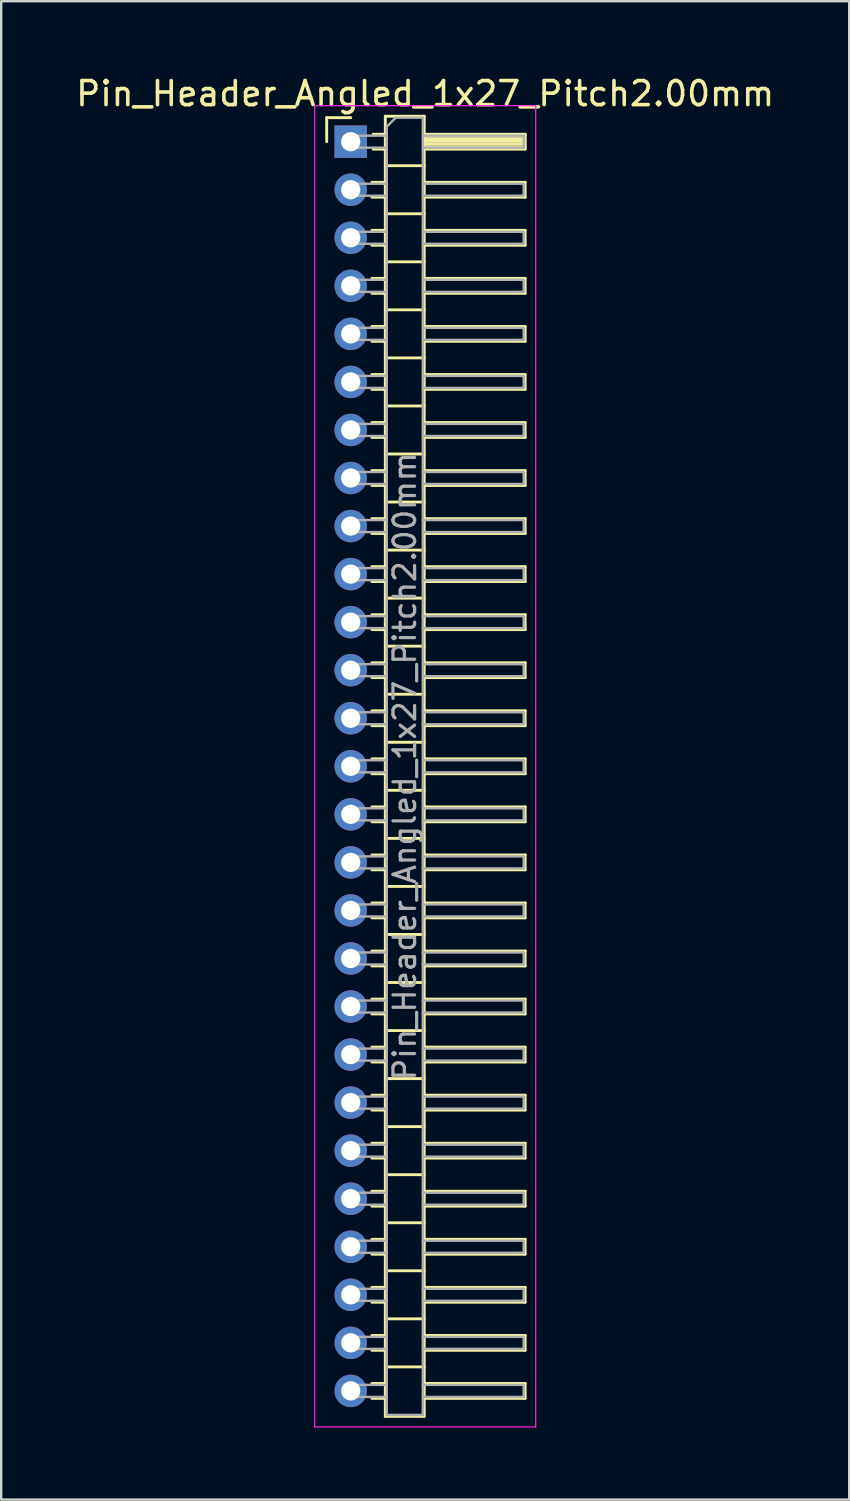
<source format=kicad_pcb>
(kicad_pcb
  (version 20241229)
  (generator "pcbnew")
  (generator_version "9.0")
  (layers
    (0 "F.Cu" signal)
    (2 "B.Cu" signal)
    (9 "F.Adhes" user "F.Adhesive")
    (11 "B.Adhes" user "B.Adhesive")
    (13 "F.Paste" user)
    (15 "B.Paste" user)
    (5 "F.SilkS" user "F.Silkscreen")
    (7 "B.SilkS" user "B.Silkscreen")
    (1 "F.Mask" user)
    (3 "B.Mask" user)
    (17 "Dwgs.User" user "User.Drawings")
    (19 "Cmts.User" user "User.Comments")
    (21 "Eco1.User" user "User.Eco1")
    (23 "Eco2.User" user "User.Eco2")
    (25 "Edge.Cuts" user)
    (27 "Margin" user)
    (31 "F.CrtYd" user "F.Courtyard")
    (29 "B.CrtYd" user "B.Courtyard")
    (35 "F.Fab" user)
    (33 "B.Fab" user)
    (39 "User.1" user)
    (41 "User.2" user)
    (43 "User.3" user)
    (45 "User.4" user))
  (footprint "Pin_Header_Angled_1x27_Pitch2.00mm"
    (layer "F.Cu")
    (at 11.549 2.848)
    (property "Reference" "Pin_Header_Angled_1x27_Pitch2.00mm" (at 3.1 -2 0) (layer "F.SilkS") (effects (font (size 1 1) (thickness 0.15))))
    (attr through_hole)
    (fp_line (start -1 -1) (end 0 -1) (stroke (width 0.12) (type solid)) (layer "F.SilkS"))
    (fp_line (start -1 0) (end -1 -1) (stroke (width 0.12) (type solid)) (layer "F.SilkS"))
    (fp_line (start 0.882 1.69) (end 1.44 1.69) (stroke (width 0.12) (type solid)) (layer "F.SilkS"))
    (fp_line (start 0.882 2.31) (end 1.44 2.31) (stroke (width 0.12) (type solid)) (layer "F.SilkS"))
    (fp_line (start 0.882 3.69) (end 1.44 3.69) (stroke (width 0.12) (type solid)) (layer "F.SilkS"))
    (fp_line (start 0.882 4.31) (end 1.44 4.31) (stroke (width 0.12) (type solid)) (layer "F.SilkS"))
    (fp_line (start 0.882 5.69) (end 1.44 5.69) (stroke (width 0.12) (type solid)) (layer "F.SilkS"))
    (fp_line (start 0.882 6.31) (end 1.44 6.31) (stroke (width 0.12) (type solid)) (layer "F.SilkS"))
    (fp_line (start 0.882 7.69) (end 1.44 7.69) (stroke (width 0.12) (type solid)) (layer "F.SilkS"))
    (fp_line (start 0.882 8.31) (end 1.44 8.31) (stroke (width 0.12) (type solid)) (layer "F.SilkS"))
    (fp_line (start 0.882 9.69) (end 1.44 9.69) (stroke (width 0.12) (type solid)) (layer "F.SilkS"))
    (fp_line (start 0.882 10.31) (end 1.44 10.31) (stroke (width 0.12) (type solid)) (layer "F.SilkS"))
    (fp_line (start 0.882 11.69) (end 1.44 11.69) (stroke (width 0.12) (type solid)) (layer "F.SilkS"))
    (fp_line (start 0.882 12.31) (end 1.44 12.31) (stroke (width 0.12) (type solid)) (layer "F.SilkS"))
    (fp_line (start 0.882 13.69) (end 1.44 13.69) (stroke (width 0.12) (type solid)) (layer "F.SilkS"))
    (fp_line (start 0.882 14.31) (end 1.44 14.31) (stroke (width 0.12) (type solid)) (layer "F.SilkS"))
    (fp_line (start 0.882 15.69) (end 1.44 15.69) (stroke (width 0.12) (type solid)) (layer "F.SilkS"))
    (fp_line (start 0.882 16.31) (end 1.44 16.31) (stroke (width 0.12) (type solid)) (layer "F.SilkS"))
    (fp_line (start 0.882 17.69) (end 1.44 17.69) (stroke (width 0.12) (type solid)) (layer "F.SilkS"))
    (fp_line (start 0.882 18.31) (end 1.44 18.31) (stroke (width 0.12) (type solid)) (layer "F.SilkS"))
    (fp_line (start 0.882 19.69) (end 1.44 19.69) (stroke (width 0.12) (type solid)) (layer "F.SilkS"))
    (fp_line (start 0.882 20.31) (end 1.44 20.31) (stroke (width 0.12) (type solid)) (layer "F.SilkS"))
    (fp_line (start 0.882 21.69) (end 1.44 21.69) (stroke (width 0.12) (type solid)) (layer "F.SilkS"))
    (fp_line (start 0.882 22.31) (end 1.44 22.31) (stroke (width 0.12) (type solid)) (layer "F.SilkS"))
    (fp_line (start 0.882 23.69) (end 1.44 23.69) (stroke (width 0.12) (type solid)) (layer "F.SilkS"))
    (fp_line (start 0.882 24.31) (end 1.44 24.31) (stroke (width 0.12) (type solid)) (layer "F.SilkS"))
    (fp_line (start 0.882 25.69) (end 1.44 25.69) (stroke (width 0.12) (type solid)) (layer "F.SilkS"))
    (fp_line (start 0.882 26.31) (end 1.44 26.31) (stroke (width 0.12) (type solid)) (layer "F.SilkS"))
    (fp_line (start 0.882 27.69) (end 1.44 27.69) (stroke (width 0.12) (type solid)) (layer "F.SilkS"))
    (fp_line (start 0.882 28.31) (end 1.44 28.31) (stroke (width 0.12) (type solid)) (layer "F.SilkS"))
    (fp_line (start 0.882 29.69) (end 1.44 29.69) (stroke (width 0.12) (type solid)) (layer "F.SilkS"))
    (fp_line (start 0.882 30.31) (end 1.44 30.31) (stroke (width 0.12) (type solid)) (layer "F.SilkS"))
    (fp_line (start 0.882 31.69) (end 1.44 31.69) (stroke (width 0.12) (type solid)) (layer "F.SilkS"))
    (fp_line (start 0.882 32.31) (end 1.44 32.31) (stroke (width 0.12) (type solid)) (layer "F.SilkS"))
    (fp_line (start 0.882 33.69) (end 1.44 33.69) (stroke (width 0.12) (type solid)) (layer "F.SilkS"))
    (fp_line (start 0.882 34.31) (end 1.44 34.31) (stroke (width 0.12) (type solid)) (layer "F.SilkS"))
    (fp_line (start 0.882 35.69) (end 1.44 35.69) (stroke (width 0.12) (type solid)) (layer "F.SilkS"))
    (fp_line (start 0.882 36.31) (end 1.44 36.31) (stroke (width 0.12) (type solid)) (layer "F.SilkS"))
    (fp_line (start 0.882 37.69) (end 1.44 37.69) (stroke (width 0.12) (type solid)) (layer "F.SilkS"))
    (fp_line (start 0.882 38.31) (end 1.44 38.31) (stroke (width 0.12) (type solid)) (layer "F.SilkS"))
    (fp_line (start 0.882 39.69) (end 1.44 39.69) (stroke (width 0.12) (type solid)) (layer "F.SilkS"))
    (fp_line (start 0.882 40.31) (end 1.44 40.31) (stroke (width 0.12) (type solid)) (layer "F.SilkS"))
    (fp_line (start 0.882 41.69) (end 1.44 41.69) (stroke (width 0.12) (type solid)) (layer "F.SilkS"))
    (fp_line (start 0.882 42.31) (end 1.44 42.31) (stroke (width 0.12) (type solid)) (layer "F.SilkS"))
    (fp_line (start 0.882 43.69) (end 1.44 43.69) (stroke (width 0.12) (type solid)) (layer "F.SilkS"))
    (fp_line (start 0.882 44.31) (end 1.44 44.31) (stroke (width 0.12) (type solid)) (layer "F.SilkS"))
    (fp_line (start 0.882 45.69) (end 1.44 45.69) (stroke (width 0.12) (type solid)) (layer "F.SilkS"))
    (fp_line (start 0.882 46.31) (end 1.44 46.31) (stroke (width 0.12) (type solid)) (layer "F.SilkS"))
    (fp_line (start 0.882 47.69) (end 1.44 47.69) (stroke (width 0.12) (type solid)) (layer "F.SilkS"))
    (fp_line (start 0.882 48.31) (end 1.44 48.31) (stroke (width 0.12) (type solid)) (layer "F.SilkS"))
    (fp_line (start 0.882 49.69) (end 1.44 49.69) (stroke (width 0.12) (type solid)) (layer "F.SilkS"))
    (fp_line (start 0.882 50.31) (end 1.44 50.31) (stroke (width 0.12) (type solid)) (layer "F.SilkS"))
    (fp_line (start 0.882 51.69) (end 1.44 51.69) (stroke (width 0.12) (type solid)) (layer "F.SilkS"))
    (fp_line (start 0.882 52.31) (end 1.44 52.31) (stroke (width 0.12) (type solid)) (layer "F.SilkS"))
    (fp_line (start 0.935 -0.31) (end 1.44 -0.31) (stroke (width 0.12) (type solid)) (layer "F.SilkS"))
    (fp_line (start 0.935 0.31) (end 1.44 0.31) (stroke (width 0.12) (type solid)) (layer "F.SilkS"))
    (fp_line (start 1.44 -1.06) (end 1.44 53.06) (stroke (width 0.12) (type solid)) (layer "F.SilkS"))
    (fp_line (start 1.44 1) (end 3.06 1) (stroke (width 0.12) (type solid)) (layer "F.SilkS"))
    (fp_line (start 1.44 3) (end 3.06 3) (stroke (width 0.12) (type solid)) (layer "F.SilkS"))
    (fp_line (start 1.44 5) (end 3.06 5) (stroke (width 0.12) (type solid)) (layer "F.SilkS"))
    (fp_line (start 1.44 7) (end 3.06 7) (stroke (width 0.12) (type solid)) (layer "F.SilkS"))
    (fp_line (start 1.44 9) (end 3.06 9) (stroke (width 0.12) (type solid)) (layer "F.SilkS"))
    (fp_line (start 1.44 11) (end 3.06 11) (stroke (width 0.12) (type solid)) (layer "F.SilkS"))
    (fp_line (start 1.44 13) (end 3.06 13) (stroke (width 0.12) (type solid)) (layer "F.SilkS"))
    (fp_line (start 1.44 15) (end 3.06 15) (stroke (width 0.12) (type solid)) (layer "F.SilkS"))
    (fp_line (start 1.44 17) (end 3.06 17) (stroke (width 0.12) (type solid)) (layer "F.SilkS"))
    (fp_line (start 1.44 19) (end 3.06 19) (stroke (width 0.12) (type solid)) (layer "F.SilkS"))
    (fp_line (start 1.44 21) (end 3.06 21) (stroke (width 0.12) (type solid)) (layer "F.SilkS"))
    (fp_line (start 1.44 23) (end 3.06 23) (stroke (width 0.12) (type solid)) (layer "F.SilkS"))
    (fp_line (start 1.44 25) (end 3.06 25) (stroke (width 0.12) (type solid)) (layer "F.SilkS"))
    (fp_line (start 1.44 27) (end 3.06 27) (stroke (width 0.12) (type solid)) (layer "F.SilkS"))
    (fp_line (start 1.44 29) (end 3.06 29) (stroke (width 0.12) (type solid)) (layer "F.SilkS"))
    (fp_line (start 1.44 31) (end 3.06 31) (stroke (width 0.12) (type solid)) (layer "F.SilkS"))
    (fp_line (start 1.44 33) (end 3.06 33) (stroke (width 0.12) (type solid)) (layer "F.SilkS"))
    (fp_line (start 1.44 35) (end 3.06 35) (stroke (width 0.12) (type solid)) (layer "F.SilkS"))
    (fp_line (start 1.44 37) (end 3.06 37) (stroke (width 0.12) (type solid)) (layer "F.SilkS"))
    (fp_line (start 1.44 39) (end 3.06 39) (stroke (width 0.12) (type solid)) (layer "F.SilkS"))
    (fp_line (start 1.44 41) (end 3.06 41) (stroke (width 0.12) (type solid)) (layer "F.SilkS"))
    (fp_line (start 1.44 43) (end 3.06 43) (stroke (width 0.12) (type solid)) (layer "F.SilkS"))
    (fp_line (start 1.44 45) (end 3.06 45) (stroke (width 0.12) (type solid)) (layer "F.SilkS"))
    (fp_line (start 1.44 47) (end 3.06 47) (stroke (width 0.12) (type solid)) (layer "F.SilkS"))
    (fp_line (start 1.44 49) (end 3.06 49) (stroke (width 0.12) (type solid)) (layer "F.SilkS"))
    (fp_line (start 1.44 51) (end 3.06 51) (stroke (width 0.12) (type solid)) (layer "F.SilkS"))
    (fp_line (start 1.44 53.06) (end 3.06 53.06) (stroke (width 0.12) (type solid)) (layer "F.SilkS"))
    (fp_line (start 3.06 -1.06) (end 1.44 -1.06) (stroke (width 0.12) (type solid)) (layer "F.SilkS"))
    (fp_line (start 3.06 -0.31) (end 7.26 -0.31) (stroke (width 0.12) (type solid)) (layer "F.SilkS"))
    (fp_line (start 3.06 -0.25) (end 7.26 -0.25) (stroke (width 0.12) (type solid)) (layer "F.SilkS"))
    (fp_line (start 3.06 -0.13) (end 7.26 -0.13) (stroke (width 0.12) (type solid)) (layer "F.SilkS"))
    (fp_line (start 3.06 -0.01) (end 7.26 -0.01) (stroke (width 0.12) (type solid)) (layer "F.SilkS"))
    (fp_line (start 3.06 0.11) (end 7.26 0.11) (stroke (width 0.12) (type solid)) (layer "F.SilkS"))
    (fp_line (start 3.06 0.23) (end 7.26 0.23) (stroke (width 0.12) (type solid)) (layer "F.SilkS"))
    (fp_line (start 3.06 1.69) (end 7.26 1.69) (stroke (width 0.12) (type solid)) (layer "F.SilkS"))
    (fp_line (start 3.06 3.69) (end 7.26 3.69) (stroke (width 0.12) (type solid)) (layer "F.SilkS"))
    (fp_line (start 3.06 5.69) (end 7.26 5.69) (stroke (width 0.12) (type solid)) (layer "F.SilkS"))
    (fp_line (start 3.06 7.69) (end 7.26 7.69) (stroke (width 0.12) (type solid)) (layer "F.SilkS"))
    (fp_line (start 3.06 9.69) (end 7.26 9.69) (stroke (width 0.12) (type solid)) (layer "F.SilkS"))
    (fp_line (start 3.06 11.69) (end 7.26 11.69) (stroke (width 0.12) (type solid)) (layer "F.SilkS"))
    (fp_line (start 3.06 13.69) (end 7.26 13.69) (stroke (width 0.12) (type solid)) (layer "F.SilkS"))
    (fp_line (start 3.06 15.69) (end 7.26 15.69) (stroke (width 0.12) (type solid)) (layer "F.SilkS"))
    (fp_line (start 3.06 17.69) (end 7.26 17.69) (stroke (width 0.12) (type solid)) (layer "F.SilkS"))
    (fp_line (start 3.06 19.69) (end 7.26 19.69) (stroke (width 0.12) (type solid)) (layer "F.SilkS"))
    (fp_line (start 3.06 21.69) (end 7.26 21.69) (stroke (width 0.12) (type solid)) (layer "F.SilkS"))
    (fp_line (start 3.06 23.69) (end 7.26 23.69) (stroke (width 0.12) (type solid)) (layer "F.SilkS"))
    (fp_line (start 3.06 25.69) (end 7.26 25.69) (stroke (width 0.12) (type solid)) (layer "F.SilkS"))
    (fp_line (start 3.06 27.69) (end 7.26 27.69) (stroke (width 0.12) (type solid)) (layer "F.SilkS"))
    (fp_line (start 3.06 29.69) (end 7.26 29.69) (stroke (width 0.12) (type solid)) (layer "F.SilkS"))
    (fp_line (start 3.06 31.69) (end 7.26 31.69) (stroke (width 0.12) (type solid)) (layer "F.SilkS"))
    (fp_line (start 3.06 33.69) (end 7.26 33.69) (stroke (width 0.12) (type solid)) (layer "F.SilkS"))
    (fp_line (start 3.06 35.69) (end 7.26 35.69) (stroke (width 0.12) (type solid)) (layer "F.SilkS"))
    (fp_line (start 3.06 37.69) (end 7.26 37.69) (stroke (width 0.12) (type solid)) (layer "F.SilkS"))
    (fp_line (start 3.06 39.69) (end 7.26 39.69) (stroke (width 0.12) (type solid)) (layer "F.SilkS"))
    (fp_line (start 3.06 41.69) (end 7.26 41.69) (stroke (width 0.12) (type solid)) (layer "F.SilkS"))
    (fp_line (start 3.06 43.69) (end 7.26 43.69) (stroke (width 0.12) (type solid)) (layer "F.SilkS"))
    (fp_line (start 3.06 45.69) (end 7.26 45.69) (stroke (width 0.12) (type solid)) (layer "F.SilkS"))
    (fp_line (start 3.06 47.69) (end 7.26 47.69) (stroke (width 0.12) (type solid)) (layer "F.SilkS"))
    (fp_line (start 3.06 49.69) (end 7.26 49.69) (stroke (width 0.12) (type solid)) (layer "F.SilkS"))
    (fp_line (start 3.06 51.69) (end 7.26 51.69) (stroke (width 0.12) (type solid)) (layer "F.SilkS"))
    (fp_line (start 3.06 53.06) (end 3.06 -1.06) (stroke (width 0.12) (type solid)) (layer "F.SilkS"))
    (fp_line (start 7.26 -0.31) (end 7.26 0.31) (stroke (width 0.12) (type solid)) (layer "F.SilkS"))
    (fp_line (start 7.26 0.31) (end 3.06 0.31) (stroke (width 0.12) (type solid)) (layer "F.SilkS"))
    (fp_line (start 7.26 1.69) (end 7.26 2.31) (stroke (width 0.12) (type solid)) (layer "F.SilkS"))
    (fp_line (start 7.26 2.31) (end 3.06 2.31) (stroke (width 0.12) (type solid)) (layer "F.SilkS"))
    (fp_line (start 7.26 3.69) (end 7.26 4.31) (stroke (width 0.12) (type solid)) (layer "F.SilkS"))
    (fp_line (start 7.26 4.31) (end 3.06 4.31) (stroke (width 0.12) (type solid)) (layer "F.SilkS"))
    (fp_line (start 7.26 5.69) (end 7.26 6.31) (stroke (width 0.12) (type solid)) (layer "F.SilkS"))
    (fp_line (start 7.26 6.31) (end 3.06 6.31) (stroke (width 0.12) (type solid)) (layer "F.SilkS"))
    (fp_line (start 7.26 7.69) (end 7.26 8.31) (stroke (width 0.12) (type solid)) (layer "F.SilkS"))
    (fp_line (start 7.26 8.31) (end 3.06 8.31) (stroke (width 0.12) (type solid)) (layer "F.SilkS"))
    (fp_line (start 7.26 9.69) (end 7.26 10.31) (stroke (width 0.12) (type solid)) (layer "F.SilkS"))
    (fp_line (start 7.26 10.31) (end 3.06 10.31) (stroke (width 0.12) (type solid)) (layer "F.SilkS"))
    (fp_line (start 7.26 11.69) (end 7.26 12.31) (stroke (width 0.12) (type solid)) (layer "F.SilkS"))
    (fp_line (start 7.26 12.31) (end 3.06 12.31) (stroke (width 0.12) (type solid)) (layer "F.SilkS"))
    (fp_line (start 7.26 13.69) (end 7.26 14.31) (stroke (width 0.12) (type solid)) (layer "F.SilkS"))
    (fp_line (start 7.26 14.31) (end 3.06 14.31) (stroke (width 0.12) (type solid)) (layer "F.SilkS"))
    (fp_line (start 7.26 15.69) (end 7.26 16.31) (stroke (width 0.12) (type solid)) (layer "F.SilkS"))
    (fp_line (start 7.26 16.31) (end 3.06 16.31) (stroke (width 0.12) (type solid)) (layer "F.SilkS"))
    (fp_line (start 7.26 17.69) (end 7.26 18.31) (stroke (width 0.12) (type solid)) (layer "F.SilkS"))
    (fp_line (start 7.26 18.31) (end 3.06 18.31) (stroke (width 0.12) (type solid)) (layer "F.SilkS"))
    (fp_line (start 7.26 19.69) (end 7.26 20.31) (stroke (width 0.12) (type solid)) (layer "F.SilkS"))
    (fp_line (start 7.26 20.31) (end 3.06 20.31) (stroke (width 0.12) (type solid)) (layer "F.SilkS"))
    (fp_line (start 7.26 21.69) (end 7.26 22.31) (stroke (width 0.12) (type solid)) (layer "F.SilkS"))
    (fp_line (start 7.26 22.31) (end 3.06 22.31) (stroke (width 0.12) (type solid)) (layer "F.SilkS"))
    (fp_line (start 7.26 23.69) (end 7.26 24.31) (stroke (width 0.12) (type solid)) (layer "F.SilkS"))
    (fp_line (start 7.26 24.31) (end 3.06 24.31) (stroke (width 0.12) (type solid)) (layer "F.SilkS"))
    (fp_line (start 7.26 25.69) (end 7.26 26.31) (stroke (width 0.12) (type solid)) (layer "F.SilkS"))
    (fp_line (start 7.26 26.31) (end 3.06 26.31) (stroke (width 0.12) (type solid)) (layer "F.SilkS"))
    (fp_line (start 7.26 27.69) (end 7.26 28.31) (stroke (width 0.12) (type solid)) (layer "F.SilkS"))
    (fp_line (start 7.26 28.31) (end 3.06 28.31) (stroke (width 0.12) (type solid)) (layer "F.SilkS"))
    (fp_line (start 7.26 29.69) (end 7.26 30.31) (stroke (width 0.12) (type solid)) (layer "F.SilkS"))
    (fp_line (start 7.26 30.31) (end 3.06 30.31) (stroke (width 0.12) (type solid)) (layer "F.SilkS"))
    (fp_line (start 7.26 31.69) (end 7.26 32.31) (stroke (width 0.12) (type solid)) (layer "F.SilkS"))
    (fp_line (start 7.26 32.31) (end 3.06 32.31) (stroke (width 0.12) (type solid)) (layer "F.SilkS"))
    (fp_line (start 7.26 33.69) (end 7.26 34.31) (stroke (width 0.12) (type solid)) (layer "F.SilkS"))
    (fp_line (start 7.26 34.31) (end 3.06 34.31) (stroke (width 0.12) (type solid)) (layer "F.SilkS"))
    (fp_line (start 7.26 35.69) (end 7.26 36.31) (stroke (width 0.12) (type solid)) (layer "F.SilkS"))
    (fp_line (start 7.26 36.31) (end 3.06 36.31) (stroke (width 0.12) (type solid)) (layer "F.SilkS"))
    (fp_line (start 7.26 37.69) (end 7.26 38.31) (stroke (width 0.12) (type solid)) (layer "F.SilkS"))
    (fp_line (start 7.26 38.31) (end 3.06 38.31) (stroke (width 0.12) (type solid)) (layer "F.SilkS"))
    (fp_line (start 7.26 39.69) (end 7.26 40.31) (stroke (width 0.12) (type solid)) (layer "F.SilkS"))
    (fp_line (start 7.26 40.31) (end 3.06 40.31) (stroke (width 0.12) (type solid)) (layer "F.SilkS"))
    (fp_line (start 7.26 41.69) (end 7.26 42.31) (stroke (width 0.12) (type solid)) (layer "F.SilkS"))
    (fp_line (start 7.26 42.31) (end 3.06 42.31) (stroke (width 0.12) (type solid)) (layer "F.SilkS"))
    (fp_line (start 7.26 43.69) (end 7.26 44.31) (stroke (width 0.12) (type solid)) (layer "F.SilkS"))
    (fp_line (start 7.26 44.31) (end 3.06 44.31) (stroke (width 0.12) (type solid)) (layer "F.SilkS"))
    (fp_line (start 7.26 45.69) (end 7.26 46.31) (stroke (width 0.12) (type solid)) (layer "F.SilkS"))
    (fp_line (start 7.26 46.31) (end 3.06 46.31) (stroke (width 0.12) (type solid)) (layer "F.SilkS"))
    (fp_line (start 7.26 47.69) (end 7.26 48.31) (stroke (width 0.12) (type solid)) (layer "F.SilkS"))
    (fp_line (start 7.26 48.31) (end 3.06 48.31) (stroke (width 0.12) (type solid)) (layer "F.SilkS"))
    (fp_line (start 7.26 49.69) (end 7.26 50.31) (stroke (width 0.12) (type solid)) (layer "F.SilkS"))
    (fp_line (start 7.26 50.31) (end 3.06 50.31) (stroke (width 0.12) (type solid)) (layer "F.SilkS"))
    (fp_line (start 7.26 51.69) (end 7.26 52.31) (stroke (width 0.12) (type solid)) (layer "F.SilkS"))
    (fp_line (start 7.26 52.31) (end 3.06 52.31) (stroke (width 0.12) (type solid)) (layer "F.SilkS"))
    (fp_line (start -1.5 -1.5) (end -1.5 53.5) (stroke (width 0.05) (type solid)) (layer "F.CrtYd"))
    (fp_line (start -1.5 53.5) (end 7.7 53.5) (stroke (width 0.05) (type solid)) (layer "F.CrtYd"))
    (fp_line (start 7.7 -1.5) (end -1.5 -1.5) (stroke (width 0.05) (type solid)) (layer "F.CrtYd"))
    (fp_line (start 7.7 53.5) (end 7.7 -1.5) (stroke (width 0.05) (type solid)) (layer "F.CrtYd"))
    (fp_line (start -0.25 -0.25) (end -0.25 0.25) (stroke (width 0.1) (type solid)) (layer "F.Fab"))
    (fp_line (start -0.25 -0.25) (end 1.5 -0.25) (stroke (width 0.1) (type solid)) (layer "F.Fab"))
    (fp_line (start -0.25 0.25) (end 1.5 0.25) (stroke (width 0.1) (type solid)) (layer "F.Fab"))
    (fp_line (start -0.25 1.75) (end -0.25 2.25) (stroke (width 0.1) (type solid)) (layer "F.Fab"))
    (fp_line (start -0.25 1.75) (end 1.5 1.75) (stroke (width 0.1) (type solid)) (layer "F.Fab"))
    (fp_line (start -0.25 2.25) (end 1.5 2.25) (stroke (width 0.1) (type solid)) (layer "F.Fab"))
    (fp_line (start -0.25 3.75) (end -0.25 4.25) (stroke (width 0.1) (type solid)) (layer "F.Fab"))
    (fp_line (start -0.25 3.75) (end 1.5 3.75) (stroke (width 0.1) (type solid)) (layer "F.Fab"))
    (fp_line (start -0.25 4.25) (end 1.5 4.25) (stroke (width 0.1) (type solid)) (layer "F.Fab"))
    (fp_line (start -0.25 5.75) (end -0.25 6.25) (stroke (width 0.1) (type solid)) (layer "F.Fab"))
    (fp_line (start -0.25 5.75) (end 1.5 5.75) (stroke (width 0.1) (type solid)) (layer "F.Fab"))
    (fp_line (start -0.25 6.25) (end 1.5 6.25) (stroke (width 0.1) (type solid)) (layer "F.Fab"))
    (fp_line (start -0.25 7.75) (end -0.25 8.25) (stroke (width 0.1) (type solid)) (layer "F.Fab"))
    (fp_line (start -0.25 7.75) (end 1.5 7.75) (stroke (width 0.1) (type solid)) (layer "F.Fab"))
    (fp_line (start -0.25 8.25) (end 1.5 8.25) (stroke (width 0.1) (type solid)) (layer "F.Fab"))
    (fp_line (start -0.25 9.75) (end -0.25 10.25) (stroke (width 0.1) (type solid)) (layer "F.Fab"))
    (fp_line (start -0.25 9.75) (end 1.5 9.75) (stroke (width 0.1) (type solid)) (layer "F.Fab"))
    (fp_line (start -0.25 10.25) (end 1.5 10.25) (stroke (width 0.1) (type solid)) (layer "F.Fab"))
    (fp_line (start -0.25 11.75) (end -0.25 12.25) (stroke (width 0.1) (type solid)) (layer "F.Fab"))
    (fp_line (start -0.25 11.75) (end 1.5 11.75) (stroke (width 0.1) (type solid)) (layer "F.Fab"))
    (fp_line (start -0.25 12.25) (end 1.5 12.25) (stroke (width 0.1) (type solid)) (layer "F.Fab"))
    (fp_line (start -0.25 13.75) (end -0.25 14.25) (stroke (width 0.1) (type solid)) (layer "F.Fab"))
    (fp_line (start -0.25 13.75) (end 1.5 13.75) (stroke (width 0.1) (type solid)) (layer "F.Fab"))
    (fp_line (start -0.25 14.25) (end 1.5 14.25) (stroke (width 0.1) (type solid)) (layer "F.Fab"))
    (fp_line (start -0.25 15.75) (end -0.25 16.25) (stroke (width 0.1) (type solid)) (layer "F.Fab"))
    (fp_line (start -0.25 15.75) (end 1.5 15.75) (stroke (width 0.1) (type solid)) (layer "F.Fab"))
    (fp_line (start -0.25 16.25) (end 1.5 16.25) (stroke (width 0.1) (type solid)) (layer "F.Fab"))
    (fp_line (start -0.25 17.75) (end -0.25 18.25) (stroke (width 0.1) (type solid)) (layer "F.Fab"))
    (fp_line (start -0.25 17.75) (end 1.5 17.75) (stroke (width 0.1) (type solid)) (layer "F.Fab"))
    (fp_line (start -0.25 18.25) (end 1.5 18.25) (stroke (width 0.1) (type solid)) (layer "F.Fab"))
    (fp_line (start -0.25 19.75) (end -0.25 20.25) (stroke (width 0.1) (type solid)) (layer "F.Fab"))
    (fp_line (start -0.25 19.75) (end 1.5 19.75) (stroke (width 0.1) (type solid)) (layer "F.Fab"))
    (fp_line (start -0.25 20.25) (end 1.5 20.25) (stroke (width 0.1) (type solid)) (layer "F.Fab"))
    (fp_line (start -0.25 21.75) (end -0.25 22.25) (stroke (width 0.1) (type solid)) (layer "F.Fab"))
    (fp_line (start -0.25 21.75) (end 1.5 21.75) (stroke (width 0.1) (type solid)) (layer "F.Fab"))
    (fp_line (start -0.25 22.25) (end 1.5 22.25) (stroke (width 0.1) (type solid)) (layer "F.Fab"))
    (fp_line (start -0.25 23.75) (end -0.25 24.25) (stroke (width 0.1) (type solid)) (layer "F.Fab"))
    (fp_line (start -0.25 23.75) (end 1.5 23.75) (stroke (width 0.1) (type solid)) (layer "F.Fab"))
    (fp_line (start -0.25 24.25) (end 1.5 24.25) (stroke (width 0.1) (type solid)) (layer "F.Fab"))
    (fp_line (start -0.25 25.75) (end -0.25 26.25) (stroke (width 0.1) (type solid)) (layer "F.Fab"))
    (fp_line (start -0.25 25.75) (end 1.5 25.75) (stroke (width 0.1) (type solid)) (layer "F.Fab"))
    (fp_line (start -0.25 26.25) (end 1.5 26.25) (stroke (width 0.1) (type solid)) (layer "F.Fab"))
    (fp_line (start -0.25 27.75) (end -0.25 28.25) (stroke (width 0.1) (type solid)) (layer "F.Fab"))
    (fp_line (start -0.25 27.75) (end 1.5 27.75) (stroke (width 0.1) (type solid)) (layer "F.Fab"))
    (fp_line (start -0.25 28.25) (end 1.5 28.25) (stroke (width 0.1) (type solid)) (layer "F.Fab"))
    (fp_line (start -0.25 29.75) (end -0.25 30.25) (stroke (width 0.1) (type solid)) (layer "F.Fab"))
    (fp_line (start -0.25 29.75) (end 1.5 29.75) (stroke (width 0.1) (type solid)) (layer "F.Fab"))
    (fp_line (start -0.25 30.25) (end 1.5 30.25) (stroke (width 0.1) (type solid)) (layer "F.Fab"))
    (fp_line (start -0.25 31.75) (end -0.25 32.25) (stroke (width 0.1) (type solid)) (layer "F.Fab"))
    (fp_line (start -0.25 31.75) (end 1.5 31.75) (stroke (width 0.1) (type solid)) (layer "F.Fab"))
    (fp_line (start -0.25 32.25) (end 1.5 32.25) (stroke (width 0.1) (type solid)) (layer "F.Fab"))
    (fp_line (start -0.25 33.75) (end -0.25 34.25) (stroke (width 0.1) (type solid)) (layer "F.Fab"))
    (fp_line (start -0.25 33.75) (end 1.5 33.75) (stroke (width 0.1) (type solid)) (layer "F.Fab"))
    (fp_line (start -0.25 34.25) (end 1.5 34.25) (stroke (width 0.1) (type solid)) (layer "F.Fab"))
    (fp_line (start -0.25 35.75) (end -0.25 36.25) (stroke (width 0.1) (type solid)) (layer "F.Fab"))
    (fp_line (start -0.25 35.75) (end 1.5 35.75) (stroke (width 0.1) (type solid)) (layer "F.Fab"))
    (fp_line (start -0.25 36.25) (end 1.5 36.25) (stroke (width 0.1) (type solid)) (layer "F.Fab"))
    (fp_line (start -0.25 37.75) (end -0.25 38.25) (stroke (width 0.1) (type solid)) (layer "F.Fab"))
    (fp_line (start -0.25 37.75) (end 1.5 37.75) (stroke (width 0.1) (type solid)) (layer "F.Fab"))
    (fp_line (start -0.25 38.25) (end 1.5 38.25) (stroke (width 0.1) (type solid)) (layer "F.Fab"))
    (fp_line (start -0.25 39.75) (end -0.25 40.25) (stroke (width 0.1) (type solid)) (layer "F.Fab"))
    (fp_line (start -0.25 39.75) (end 1.5 39.75) (stroke (width 0.1) (type solid)) (layer "F.Fab"))
    (fp_line (start -0.25 40.25) (end 1.5 40.25) (stroke (width 0.1) (type solid)) (layer "F.Fab"))
    (fp_line (start -0.25 41.75) (end -0.25 42.25) (stroke (width 0.1) (type solid)) (layer "F.Fab"))
    (fp_line (start -0.25 41.75) (end 1.5 41.75) (stroke (width 0.1) (type solid)) (layer "F.Fab"))
    (fp_line (start -0.25 42.25) (end 1.5 42.25) (stroke (width 0.1) (type solid)) (layer "F.Fab"))
    (fp_line (start -0.25 43.75) (end -0.25 44.25) (stroke (width 0.1) (type solid)) (layer "F.Fab"))
    (fp_line (start -0.25 43.75) (end 1.5 43.75) (stroke (width 0.1) (type solid)) (layer "F.Fab"))
    (fp_line (start -0.25 44.25) (end 1.5 44.25) (stroke (width 0.1) (type solid)) (layer "F.Fab"))
    (fp_line (start -0.25 45.75) (end -0.25 46.25) (stroke (width 0.1) (type solid)) (layer "F.Fab"))
    (fp_line (start -0.25 45.75) (end 1.5 45.75) (stroke (width 0.1) (type solid)) (layer "F.Fab"))
    (fp_line (start -0.25 46.25) (end 1.5 46.25) (stroke (width 0.1) (type solid)) (layer "F.Fab"))
    (fp_line (start -0.25 47.75) (end -0.25 48.25) (stroke (width 0.1) (type solid)) (layer "F.Fab"))
    (fp_line (start -0.25 47.75) (end 1.5 47.75) (stroke (width 0.1) (type solid)) (layer "F.Fab"))
    (fp_line (start -0.25 48.25) (end 1.5 48.25) (stroke (width 0.1) (type solid)) (layer "F.Fab"))
    (fp_line (start -0.25 49.75) (end -0.25 50.25) (stroke (width 0.1) (type solid)) (layer "F.Fab"))
    (fp_line (start -0.25 49.75) (end 1.5 49.75) (stroke (width 0.1) (type solid)) (layer "F.Fab"))
    (fp_line (start -0.25 50.25) (end 1.5 50.25) (stroke (width 0.1) (type solid)) (layer "F.Fab"))
    (fp_line (start -0.25 51.75) (end -0.25 52.25) (stroke (width 0.1) (type solid)) (layer "F.Fab"))
    (fp_line (start -0.25 51.75) (end 1.5 51.75) (stroke (width 0.1) (type solid)) (layer "F.Fab"))
    (fp_line (start -0.25 52.25) (end 1.5 52.25) (stroke (width 0.1) (type solid)) (layer "F.Fab"))
    (fp_line (start 1.5 -0.625) (end 1.875 -1) (stroke (width 0.1) (type solid)) (layer "F.Fab"))
    (fp_line (start 1.5 53) (end 1.5 -0.625) (stroke (width 0.1) (type solid)) (layer "F.Fab"))
    (fp_line (start 1.875 -1) (end 3 -1) (stroke (width 0.1) (type solid)) (layer "F.Fab"))
    (fp_line (start 3 -1) (end 3 53) (stroke (width 0.1) (type solid)) (layer "F.Fab"))
    (fp_line (start 3 -0.25) (end 7.2 -0.25) (stroke (width 0.1) (type solid)) (layer "F.Fab"))
    (fp_line (start 3 0.25) (end 7.2 0.25) (stroke (width 0.1) (type solid)) (layer "F.Fab"))
    (fp_line (start 3 1.75) (end 7.2 1.75) (stroke (width 0.1) (type solid)) (layer "F.Fab"))
    (fp_line (start 3 2.25) (end 7.2 2.25) (stroke (width 0.1) (type solid)) (layer "F.Fab"))
    (fp_line (start 3 3.75) (end 7.2 3.75) (stroke (width 0.1) (type solid)) (layer "F.Fab"))
    (fp_line (start 3 4.25) (end 7.2 4.25) (stroke (width 0.1) (type solid)) (layer "F.Fab"))
    (fp_line (start 3 5.75) (end 7.2 5.75) (stroke (width 0.1) (type solid)) (layer "F.Fab"))
    (fp_line (start 3 6.25) (end 7.2 6.25) (stroke (width 0.1) (type solid)) (layer "F.Fab"))
    (fp_line (start 3 7.75) (end 7.2 7.75) (stroke (width 0.1) (type solid)) (layer "F.Fab"))
    (fp_line (start 3 8.25) (end 7.2 8.25) (stroke (width 0.1) (type solid)) (layer "F.Fab"))
    (fp_line (start 3 9.75) (end 7.2 9.75) (stroke (width 0.1) (type solid)) (layer "F.Fab"))
    (fp_line (start 3 10.25) (end 7.2 10.25) (stroke (width 0.1) (type solid)) (layer "F.Fab"))
    (fp_line (start 3 11.75) (end 7.2 11.75) (stroke (width 0.1) (type solid)) (layer "F.Fab"))
    (fp_line (start 3 12.25) (end 7.2 12.25) (stroke (width 0.1) (type solid)) (layer "F.Fab"))
    (fp_line (start 3 13.75) (end 7.2 13.75) (stroke (width 0.1) (type solid)) (layer "F.Fab"))
    (fp_line (start 3 14.25) (end 7.2 14.25) (stroke (width 0.1) (type solid)) (layer "F.Fab"))
    (fp_line (start 3 15.75) (end 7.2 15.75) (stroke (width 0.1) (type solid)) (layer "F.Fab"))
    (fp_line (start 3 16.25) (end 7.2 16.25) (stroke (width 0.1) (type solid)) (layer "F.Fab"))
    (fp_line (start 3 17.75) (end 7.2 17.75) (stroke (width 0.1) (type solid)) (layer "F.Fab"))
    (fp_line (start 3 18.25) (end 7.2 18.25) (stroke (width 0.1) (type solid)) (layer "F.Fab"))
    (fp_line (start 3 19.75) (end 7.2 19.75) (stroke (width 0.1) (type solid)) (layer "F.Fab"))
    (fp_line (start 3 20.25) (end 7.2 20.25) (stroke (width 0.1) (type solid)) (layer "F.Fab"))
    (fp_line (start 3 21.75) (end 7.2 21.75) (stroke (width 0.1) (type solid)) (layer "F.Fab"))
    (fp_line (start 3 22.25) (end 7.2 22.25) (stroke (width 0.1) (type solid)) (layer "F.Fab"))
    (fp_line (start 3 23.75) (end 7.2 23.75) (stroke (width 0.1) (type solid)) (layer "F.Fab"))
    (fp_line (start 3 24.25) (end 7.2 24.25) (stroke (width 0.1) (type solid)) (layer "F.Fab"))
    (fp_line (start 3 25.75) (end 7.2 25.75) (stroke (width 0.1) (type solid)) (layer "F.Fab"))
    (fp_line (start 3 26.25) (end 7.2 26.25) (stroke (width 0.1) (type solid)) (layer "F.Fab"))
    (fp_line (start 3 27.75) (end 7.2 27.75) (stroke (width 0.1) (type solid)) (layer "F.Fab"))
    (fp_line (start 3 28.25) (end 7.2 28.25) (stroke (width 0.1) (type solid)) (layer "F.Fab"))
    (fp_line (start 3 29.75) (end 7.2 29.75) (stroke (width 0.1) (type solid)) (layer "F.Fab"))
    (fp_line (start 3 30.25) (end 7.2 30.25) (stroke (width 0.1) (type solid)) (layer "F.Fab"))
    (fp_line (start 3 31.75) (end 7.2 31.75) (stroke (width 0.1) (type solid)) (layer "F.Fab"))
    (fp_line (start 3 32.25) (end 7.2 32.25) (stroke (width 0.1) (type solid)) (layer "F.Fab"))
    (fp_line (start 3 33.75) (end 7.2 33.75) (stroke (width 0.1) (type solid)) (layer "F.Fab"))
    (fp_line (start 3 34.25) (end 7.2 34.25) (stroke (width 0.1) (type solid)) (layer "F.Fab"))
    (fp_line (start 3 35.75) (end 7.2 35.75) (stroke (width 0.1) (type solid)) (layer "F.Fab"))
    (fp_line (start 3 36.25) (end 7.2 36.25) (stroke (width 0.1) (type solid)) (layer "F.Fab"))
    (fp_line (start 3 37.75) (end 7.2 37.75) (stroke (width 0.1) (type solid)) (layer "F.Fab"))
    (fp_line (start 3 38.25) (end 7.2 38.25) (stroke (width 0.1) (type solid)) (layer "F.Fab"))
    (fp_line (start 3 39.75) (end 7.2 39.75) (stroke (width 0.1) (type solid)) (layer "F.Fab"))
    (fp_line (start 3 40.25) (end 7.2 40.25) (stroke (width 0.1) (type solid)) (layer "F.Fab"))
    (fp_line (start 3 41.75) (end 7.2 41.75) (stroke (width 0.1) (type solid)) (layer "F.Fab"))
    (fp_line (start 3 42.25) (end 7.2 42.25) (stroke (width 0.1) (type solid)) (layer "F.Fab"))
    (fp_line (start 3 43.75) (end 7.2 43.75) (stroke (width 0.1) (type solid)) (layer "F.Fab"))
    (fp_line (start 3 44.25) (end 7.2 44.25) (stroke (width 0.1) (type solid)) (layer "F.Fab"))
    (fp_line (start 3 45.75) (end 7.2 45.75) (stroke (width 0.1) (type solid)) (layer "F.Fab"))
    (fp_line (start 3 46.25) (end 7.2 46.25) (stroke (width 0.1) (type solid)) (layer "F.Fab"))
    (fp_line (start 3 47.75) (end 7.2 47.75) (stroke (width 0.1) (type solid)) (layer "F.Fab"))
    (fp_line (start 3 48.25) (end 7.2 48.25) (stroke (width 0.1) (type solid)) (layer "F.Fab"))
    (fp_line (start 3 49.75) (end 7.2 49.75) (stroke (width 0.1) (type solid)) (layer "F.Fab"))
    (fp_line (start 3 50.25) (end 7.2 50.25) (stroke (width 0.1) (type solid)) (layer "F.Fab"))
    (fp_line (start 3 51.75) (end 7.2 51.75) (stroke (width 0.1) (type solid)) (layer "F.Fab"))
    (fp_line (start 3 52.25) (end 7.2 52.25) (stroke (width 0.1) (type solid)) (layer "F.Fab"))
    (fp_line (start 3 53) (end 1.5 53) (stroke (width 0.1) (type solid)) (layer "F.Fab"))
    (fp_line (start 7.2 -0.25) (end 7.2 0.25) (stroke (width 0.1) (type solid)) (layer "F.Fab"))
    (fp_line (start 7.2 1.75) (end 7.2 2.25) (stroke (width 0.1) (type solid)) (layer "F.Fab"))
    (fp_line (start 7.2 3.75) (end 7.2 4.25) (stroke (width 0.1) (type solid)) (layer "F.Fab"))
    (fp_line (start 7.2 5.75) (end 7.2 6.25) (stroke (width 0.1) (type solid)) (layer "F.Fab"))
    (fp_line (start 7.2 7.75) (end 7.2 8.25) (stroke (width 0.1) (type solid)) (layer "F.Fab"))
    (fp_line (start 7.2 9.75) (end 7.2 10.25) (stroke (width 0.1) (type solid)) (layer "F.Fab"))
    (fp_line (start 7.2 11.75) (end 7.2 12.25) (stroke (width 0.1) (type solid)) (layer "F.Fab"))
    (fp_line (start 7.2 13.75) (end 7.2 14.25) (stroke (width 0.1) (type solid)) (layer "F.Fab"))
    (fp_line (start 7.2 15.75) (end 7.2 16.25) (stroke (width 0.1) (type solid)) (layer "F.Fab"))
    (fp_line (start 7.2 17.75) (end 7.2 18.25) (stroke (width 0.1) (type solid)) (layer "F.Fab"))
    (fp_line (start 7.2 19.75) (end 7.2 20.25) (stroke (width 0.1) (type solid)) (layer "F.Fab"))
    (fp_line (start 7.2 21.75) (end 7.2 22.25) (stroke (width 0.1) (type solid)) (layer "F.Fab"))
    (fp_line (start 7.2 23.75) (end 7.2 24.25) (stroke (width 0.1) (type solid)) (layer "F.Fab"))
    (fp_line (start 7.2 25.75) (end 7.2 26.25) (stroke (width 0.1) (type solid)) (layer "F.Fab"))
    (fp_line (start 7.2 27.75) (end 7.2 28.25) (stroke (width 0.1) (type solid)) (layer "F.Fab"))
    (fp_line (start 7.2 29.75) (end 7.2 30.25) (stroke (width 0.1) (type solid)) (layer "F.Fab"))
    (fp_line (start 7.2 31.75) (end 7.2 32.25) (stroke (width 0.1) (type solid)) (layer "F.Fab"))
    (fp_line (start 7.2 33.75) (end 7.2 34.25) (stroke (width 0.1) (type solid)) (layer "F.Fab"))
    (fp_line (start 7.2 35.75) (end 7.2 36.25) (stroke (width 0.1) (type solid)) (layer "F.Fab"))
    (fp_line (start 7.2 37.75) (end 7.2 38.25) (stroke (width 0.1) (type solid)) (layer "F.Fab"))
    (fp_line (start 7.2 39.75) (end 7.2 40.25) (stroke (width 0.1) (type solid)) (layer "F.Fab"))
    (fp_line (start 7.2 41.75) (end 7.2 42.25) (stroke (width 0.1) (type solid)) (layer "F.Fab"))
    (fp_line (start 7.2 43.75) (end 7.2 44.25) (stroke (width 0.1) (type solid)) (layer "F.Fab"))
    (fp_line (start 7.2 45.75) (end 7.2 46.25) (stroke (width 0.1) (type solid)) (layer "F.Fab"))
    (fp_line (start 7.2 47.75) (end 7.2 48.25) (stroke (width 0.1) (type solid)) (layer "F.Fab"))
    (fp_line (start 7.2 49.75) (end 7.2 50.25) (stroke (width 0.1) (type solid)) (layer "F.Fab"))
    (fp_line (start 7.2 51.75) (end 7.2 52.25) (stroke (width 0.1) (type solid)) (layer "F.Fab"))
    (fp_text user "${REFERENCE}" (at 2.25 26 90) (layer "F.Fab") (effects (font (size 0.9 0.9) (thickness 0.135))))
    (pad "1" thru_hole rect (at 0 0) (size 1.35 1.35) (drill 0.8) (layers "*.Cu" "*.Mask"))
    (pad "2" thru_hole oval (at 0 2) (size 1.35 1.35) (drill 0.8) (layers "*.Cu" "*.Mask"))
    (pad "3" thru_hole oval (at 0 4) (size 1.35 1.35) (drill 0.8) (layers "*.Cu" "*.Mask"))
    (pad "4" thru_hole oval (at 0 6) (size 1.35 1.35) (drill 0.8) (layers "*.Cu" "*.Mask"))
    (pad "5" thru_hole oval (at 0 8) (size 1.35 1.35) (drill 0.8) (layers "*.Cu" "*.Mask"))
    (pad "6" thru_hole oval (at 0 10) (size 1.35 1.35) (drill 0.8) (layers "*.Cu" "*.Mask"))
    (pad "7" thru_hole oval (at 0 12) (size 1.35 1.35) (drill 0.8) (layers "*.Cu" "*.Mask"))
    (pad "8" thru_hole oval (at 0 14) (size 1.35 1.35) (drill 0.8) (layers "*.Cu" "*.Mask"))
    (pad "9" thru_hole oval (at 0 16) (size 1.35 1.35) (drill 0.8) (layers "*.Cu" "*.Mask"))
    (pad "10" thru_hole oval (at 0 18) (size 1.35 1.35) (drill 0.8) (layers "*.Cu" "*.Mask"))
    (pad "11" thru_hole oval (at 0 20) (size 1.35 1.35) (drill 0.8) (layers "*.Cu" "*.Mask"))
    (pad "12" thru_hole oval (at 0 22) (size 1.35 1.35) (drill 0.8) (layers "*.Cu" "*.Mask"))
    (pad "13" thru_hole oval (at 0 24) (size 1.35 1.35) (drill 0.8) (layers "*.Cu" "*.Mask"))
    (pad "14" thru_hole oval (at 0 26) (size 1.35 1.35) (drill 0.8) (layers "*.Cu" "*.Mask"))
    (pad "15" thru_hole oval (at 0 28) (size 1.35 1.35) (drill 0.8) (layers "*.Cu" "*.Mask"))
    (pad "16" thru_hole oval (at 0 30) (size 1.35 1.35) (drill 0.8) (layers "*.Cu" "*.Mask"))
    (pad "17" thru_hole oval (at 0 32) (size 1.35 1.35) (drill 0.8) (layers "*.Cu" "*.Mask"))
    (pad "18" thru_hole oval (at 0 34) (size 1.35 1.35) (drill 0.8) (layers "*.Cu" "*.Mask"))
    (pad "19" thru_hole oval (at 0 36) (size 1.35 1.35) (drill 0.8) (layers "*.Cu" "*.Mask"))
    (pad "20" thru_hole oval (at 0 38) (size 1.35 1.35) (drill 0.8) (layers "*.Cu" "*.Mask"))
    (pad "21" thru_hole oval (at 0 40) (size 1.35 1.35) (drill 0.8) (layers "*.Cu" "*.Mask"))
    (pad "22" thru_hole oval (at 0 42) (size 1.35 1.35) (drill 0.8) (layers "*.Cu" "*.Mask"))
    (pad "23" thru_hole oval (at 0 44) (size 1.35 1.35) (drill 0.8) (layers "*.Cu" "*.Mask"))
    (pad "24" thru_hole oval (at 0 46) (size 1.35 1.35) (drill 0.8) (layers "*.Cu" "*.Mask"))
    (pad "25" thru_hole oval (at 0 48) (size 1.35 1.35) (drill 0.8) (layers "*.Cu" "*.Mask"))
    (pad "26" thru_hole oval (at 0 50) (size 1.35 1.35) (drill 0.8) (layers "*.Cu" "*.Mask"))
    (pad "27" thru_hole oval (at 0 52) (size 1.35 1.35) (drill 0.8) (layers "*.Cu" "*.Mask")))
  (gr_rect
    (start -3 -3)
    (end 32.298 59.373)
    (stroke (width 0.1) (type default))
    (fill no)
    (layer "Edge.Cuts")))
</source>
